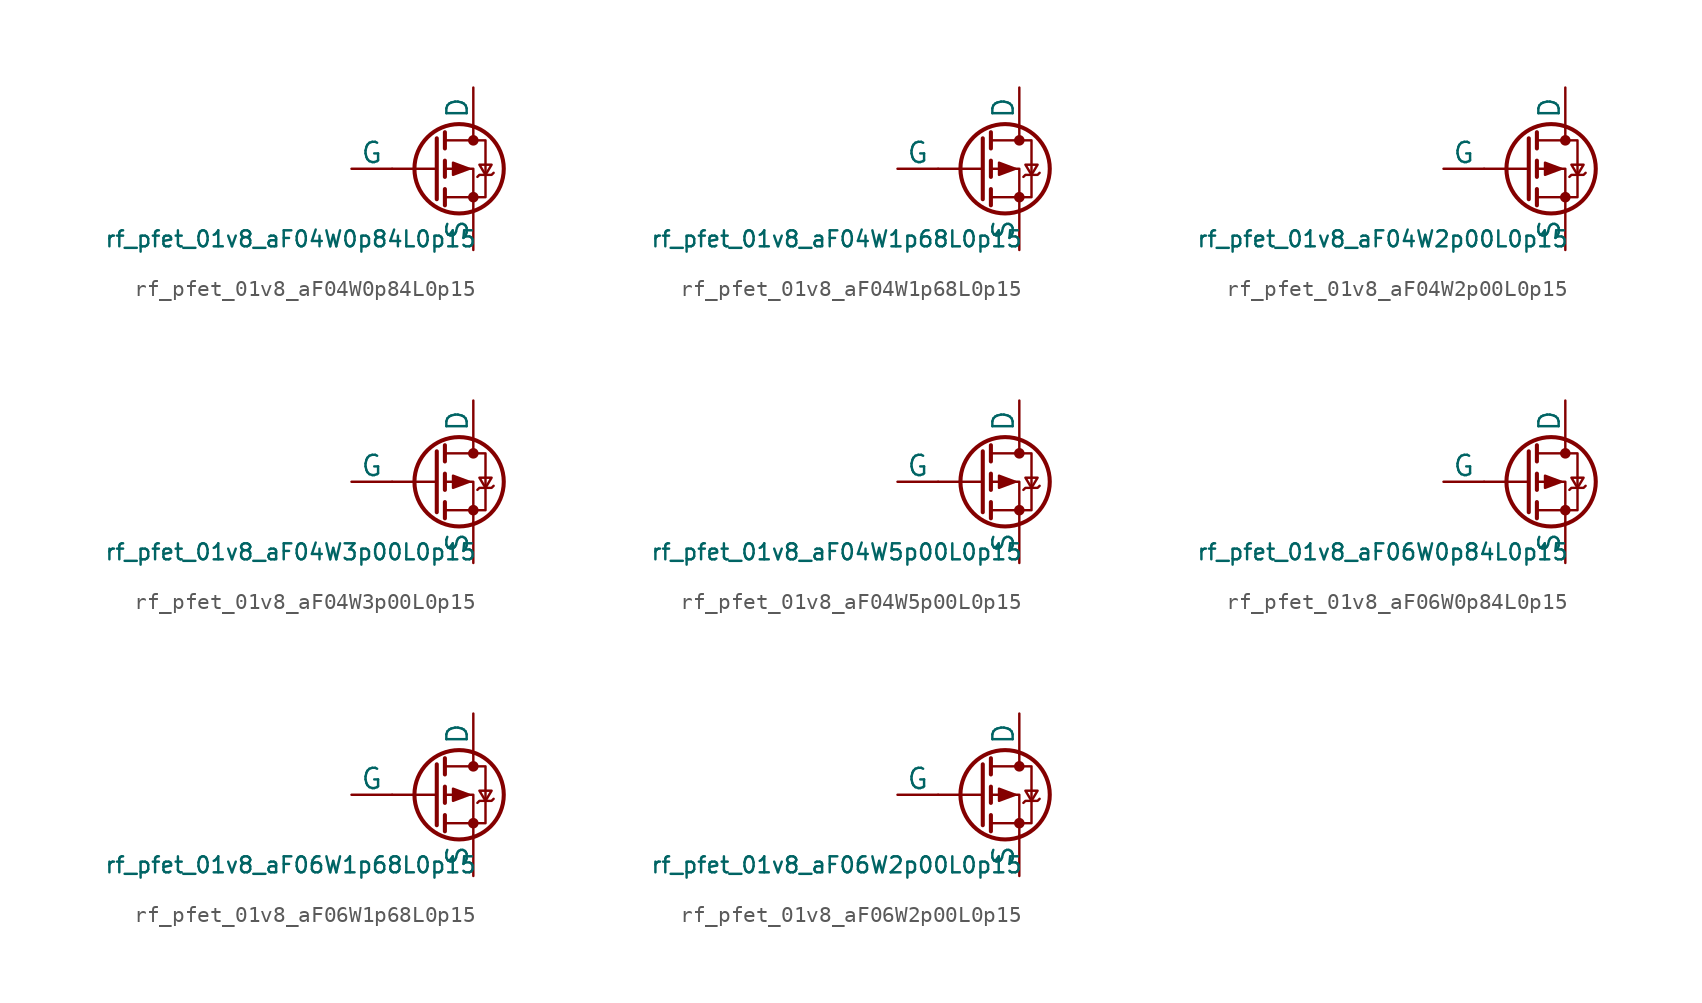
<source format=kicad_sym>
(kicad_symbol_lib
  (version 20211014)
  (generator pdk2kicad)
  (symbol "rf_pfet_01v8_aF04W0p84L0p15"
    (pin_numbers hide)
    (pin_names
      (offset 0))
    (property "Reference" "Q"
      (at 0 0 0)
      (effects (font (size 1 1)) hide))
    (property "Value" "rf_pfet_01v8_aF04W0p84L0p15"
      (at -8.89 -3.81 0)
      (effects (font (size 1 1)) (justify top)))
    (polyline
      (pts (xy 0.254 0) (xy -2.54 0))
      (stroke (width 0) (type default))
      (fill (type none)))
    (polyline
      (pts (xy 0.254 1.905) (xy 0.254 -1.905))
      (stroke (width 0.254) (type default))
      (fill (type none)))
    (polyline
      (pts (xy 0.762 -1.27) (xy 0.762 -2.286))
      (stroke (width 0.254) (type default))
      (fill (type none)))
    (polyline
      (pts (xy 0.762 0.508) (xy 0.762 -0.508))
      (stroke (width 0.254) (type default))
      (fill (type none)))
    (polyline
      (pts (xy 0.762 2.286) (xy 0.762 1.27))
      (stroke (width 0.254) (type default))
      (fill (type none)))
    (polyline
      (pts (xy 2.54 2.54) (xy 2.54 1.778))
      (stroke (width 0) (type default))
      (fill (type none)))
    (polyline
      (pts (xy 2.54 -2.54) (xy 2.54 0) (xy 0.762 0))
      (stroke (width 0) (type default))
      (fill (type none)))
    (polyline
      (pts (xy 0.762 1.778) (xy 3.302 1.778) (xy 3.302 -1.778) (xy 0.762 -1.778))
      (stroke (width 0) (type default))
      (fill (type none)))
    (polyline
      (pts (xy 2.286 0) (xy 1.27 0.381) (xy 1.27 -0.381) (xy 2.286 0))
      (stroke (width 0) (type default))
      (fill (type outline)))
    (polyline
      (pts (xy 2.794 -0.508) (xy 2.921 -0.381) (xy 3.683 -0.381) (xy 3.81 -0.254))
      (stroke (width 0) (type default))
      (fill (type none)))
    (polyline
      (pts (xy 3.302 -0.381) (xy 2.921 0.254) (xy 3.683 0.254) (xy 3.302 -0.381))
      (stroke (width 0) (type default))
      (fill (type none)))
    (circle
      (center 1.651 0)
      (radius 2.794)
      (stroke (width 0.254) (type default))
      (fill (type none)))
    (circle
      (center 2.54 -1.778)
      (radius 0.254)
      (stroke (width 0) (type default))
      (fill (type outline)))
    (circle
      (center 2.54 1.778)
      (radius 0.254)
      (stroke (width 0) (type default))
      (fill (type outline)))
    (pin passive line
      (at 2.54 5.08 270)
      (length 2.54)
      (name "D" (effects (font (size 1.27 1.27))))
      (number "1" (effects (font (size 1.27 1.27)))))
    (pin input line
      (at -5.08 0 0)
      (length 2.54)
      (name "G" (effects (font (size 1.27 1.27))))
      (number "2" (effects (font (size 1.27 1.27)))))
    (pin passive line
      (at 2.54 -5.08 90)
      (length 2.54)
      (name "S" (effects (font (size 1.27 1.27))))
      (number "3" (effects (font (size 1.27 1.27))))))
  (symbol "rf_pfet_01v8_aF04W1p68L0p15"
    (pin_numbers hide)
    (pin_names
      (offset 0))
    (property "Reference" "Q"
      (at 0 0 0)
      (effects (font (size 1 1)) hide))
    (property "Value" "rf_pfet_01v8_aF04W1p68L0p15"
      (at -8.89 -3.81 0)
      (effects (font (size 1 1)) (justify top)))
    (polyline
      (pts (xy 0.254 0) (xy -2.54 0))
      (stroke (width 0) (type default))
      (fill (type none)))
    (polyline
      (pts (xy 0.254 1.905) (xy 0.254 -1.905))
      (stroke (width 0.254) (type default))
      (fill (type none)))
    (polyline
      (pts (xy 0.762 -1.27) (xy 0.762 -2.286))
      (stroke (width 0.254) (type default))
      (fill (type none)))
    (polyline
      (pts (xy 0.762 0.508) (xy 0.762 -0.508))
      (stroke (width 0.254) (type default))
      (fill (type none)))
    (polyline
      (pts (xy 0.762 2.286) (xy 0.762 1.27))
      (stroke (width 0.254) (type default))
      (fill (type none)))
    (polyline
      (pts (xy 2.54 2.54) (xy 2.54 1.778))
      (stroke (width 0) (type default))
      (fill (type none)))
    (polyline
      (pts (xy 2.54 -2.54) (xy 2.54 0) (xy 0.762 0))
      (stroke (width 0) (type default))
      (fill (type none)))
    (polyline
      (pts (xy 0.762 1.778) (xy 3.302 1.778) (xy 3.302 -1.778) (xy 0.762 -1.778))
      (stroke (width 0) (type default))
      (fill (type none)))
    (polyline
      (pts (xy 2.286 0) (xy 1.27 0.381) (xy 1.27 -0.381) (xy 2.286 0))
      (stroke (width 0) (type default))
      (fill (type outline)))
    (polyline
      (pts (xy 2.794 -0.508) (xy 2.921 -0.381) (xy 3.683 -0.381) (xy 3.81 -0.254))
      (stroke (width 0) (type default))
      (fill (type none)))
    (polyline
      (pts (xy 3.302 -0.381) (xy 2.921 0.254) (xy 3.683 0.254) (xy 3.302 -0.381))
      (stroke (width 0) (type default))
      (fill (type none)))
    (circle
      (center 1.651 0)
      (radius 2.794)
      (stroke (width 0.254) (type default))
      (fill (type none)))
    (circle
      (center 2.54 -1.778)
      (radius 0.254)
      (stroke (width 0) (type default))
      (fill (type outline)))
    (circle
      (center 2.54 1.778)
      (radius 0.254)
      (stroke (width 0) (type default))
      (fill (type outline)))
    (pin passive line
      (at 2.54 5.08 270)
      (length 2.54)
      (name "D" (effects (font (size 1.27 1.27))))
      (number "1" (effects (font (size 1.27 1.27)))))
    (pin input line
      (at -5.08 0 0)
      (length 2.54)
      (name "G" (effects (font (size 1.27 1.27))))
      (number "2" (effects (font (size 1.27 1.27)))))
    (pin passive line
      (at 2.54 -5.08 90)
      (length 2.54)
      (name "S" (effects (font (size 1.27 1.27))))
      (number "3" (effects (font (size 1.27 1.27))))))
  (symbol "rf_pfet_01v8_aF04W2p00L0p15"
    (pin_numbers hide)
    (pin_names
      (offset 0))
    (property "Reference" "Q"
      (at 0 0 0)
      (effects (font (size 1 1)) hide))
    (property "Value" "rf_pfet_01v8_aF04W2p00L0p15"
      (at -8.89 -3.81 0)
      (effects (font (size 1 1)) (justify top)))
    (polyline
      (pts (xy 0.254 0) (xy -2.54 0))
      (stroke (width 0) (type default))
      (fill (type none)))
    (polyline
      (pts (xy 0.254 1.905) (xy 0.254 -1.905))
      (stroke (width 0.254) (type default))
      (fill (type none)))
    (polyline
      (pts (xy 0.762 -1.27) (xy 0.762 -2.286))
      (stroke (width 0.254) (type default))
      (fill (type none)))
    (polyline
      (pts (xy 0.762 0.508) (xy 0.762 -0.508))
      (stroke (width 0.254) (type default))
      (fill (type none)))
    (polyline
      (pts (xy 0.762 2.286) (xy 0.762 1.27))
      (stroke (width 0.254) (type default))
      (fill (type none)))
    (polyline
      (pts (xy 2.54 2.54) (xy 2.54 1.778))
      (stroke (width 0) (type default))
      (fill (type none)))
    (polyline
      (pts (xy 2.54 -2.54) (xy 2.54 0) (xy 0.762 0))
      (stroke (width 0) (type default))
      (fill (type none)))
    (polyline
      (pts (xy 0.762 1.778) (xy 3.302 1.778) (xy 3.302 -1.778) (xy 0.762 -1.778))
      (stroke (width 0) (type default))
      (fill (type none)))
    (polyline
      (pts (xy 2.286 0) (xy 1.27 0.381) (xy 1.27 -0.381) (xy 2.286 0))
      (stroke (width 0) (type default))
      (fill (type outline)))
    (polyline
      (pts (xy 2.794 -0.508) (xy 2.921 -0.381) (xy 3.683 -0.381) (xy 3.81 -0.254))
      (stroke (width 0) (type default))
      (fill (type none)))
    (polyline
      (pts (xy 3.302 -0.381) (xy 2.921 0.254) (xy 3.683 0.254) (xy 3.302 -0.381))
      (stroke (width 0) (type default))
      (fill (type none)))
    (circle
      (center 1.651 0)
      (radius 2.794)
      (stroke (width 0.254) (type default))
      (fill (type none)))
    (circle
      (center 2.54 -1.778)
      (radius 0.254)
      (stroke (width 0) (type default))
      (fill (type outline)))
    (circle
      (center 2.54 1.778)
      (radius 0.254)
      (stroke (width 0) (type default))
      (fill (type outline)))
    (pin passive line
      (at 2.54 5.08 270)
      (length 2.54)
      (name "D" (effects (font (size 1.27 1.27))))
      (number "1" (effects (font (size 1.27 1.27)))))
    (pin input line
      (at -5.08 0 0)
      (length 2.54)
      (name "G" (effects (font (size 1.27 1.27))))
      (number "2" (effects (font (size 1.27 1.27)))))
    (pin passive line
      (at 2.54 -5.08 90)
      (length 2.54)
      (name "S" (effects (font (size 1.27 1.27))))
      (number "3" (effects (font (size 1.27 1.27))))))
  (symbol "rf_pfet_01v8_aF04W3p00L0p15"
    (pin_numbers hide)
    (pin_names
      (offset 0))
    (property "Reference" "Q"
      (at 0 0 0)
      (effects (font (size 1 1)) hide))
    (property "Value" "rf_pfet_01v8_aF04W3p00L0p15"
      (at -8.89 -3.81 0)
      (effects (font (size 1 1)) (justify top)))
    (polyline
      (pts (xy 0.254 0) (xy -2.54 0))
      (stroke (width 0) (type default))
      (fill (type none)))
    (polyline
      (pts (xy 0.254 1.905) (xy 0.254 -1.905))
      (stroke (width 0.254) (type default))
      (fill (type none)))
    (polyline
      (pts (xy 0.762 -1.27) (xy 0.762 -2.286))
      (stroke (width 0.254) (type default))
      (fill (type none)))
    (polyline
      (pts (xy 0.762 0.508) (xy 0.762 -0.508))
      (stroke (width 0.254) (type default))
      (fill (type none)))
    (polyline
      (pts (xy 0.762 2.286) (xy 0.762 1.27))
      (stroke (width 0.254) (type default))
      (fill (type none)))
    (polyline
      (pts (xy 2.54 2.54) (xy 2.54 1.778))
      (stroke (width 0) (type default))
      (fill (type none)))
    (polyline
      (pts (xy 2.54 -2.54) (xy 2.54 0) (xy 0.762 0))
      (stroke (width 0) (type default))
      (fill (type none)))
    (polyline
      (pts (xy 0.762 1.778) (xy 3.302 1.778) (xy 3.302 -1.778) (xy 0.762 -1.778))
      (stroke (width 0) (type default))
      (fill (type none)))
    (polyline
      (pts (xy 2.286 0) (xy 1.27 0.381) (xy 1.27 -0.381) (xy 2.286 0))
      (stroke (width 0) (type default))
      (fill (type outline)))
    (polyline
      (pts (xy 2.794 -0.508) (xy 2.921 -0.381) (xy 3.683 -0.381) (xy 3.81 -0.254))
      (stroke (width 0) (type default))
      (fill (type none)))
    (polyline
      (pts (xy 3.302 -0.381) (xy 2.921 0.254) (xy 3.683 0.254) (xy 3.302 -0.381))
      (stroke (width 0) (type default))
      (fill (type none)))
    (circle
      (center 1.651 0)
      (radius 2.794)
      (stroke (width 0.254) (type default))
      (fill (type none)))
    (circle
      (center 2.54 -1.778)
      (radius 0.254)
      (stroke (width 0) (type default))
      (fill (type outline)))
    (circle
      (center 2.54 1.778)
      (radius 0.254)
      (stroke (width 0) (type default))
      (fill (type outline)))
    (pin passive line
      (at 2.54 5.08 270)
      (length 2.54)
      (name "D" (effects (font (size 1.27 1.27))))
      (number "1" (effects (font (size 1.27 1.27)))))
    (pin input line
      (at -5.08 0 0)
      (length 2.54)
      (name "G" (effects (font (size 1.27 1.27))))
      (number "2" (effects (font (size 1.27 1.27)))))
    (pin passive line
      (at 2.54 -5.08 90)
      (length 2.54)
      (name "S" (effects (font (size 1.27 1.27))))
      (number "3" (effects (font (size 1.27 1.27))))))
  (symbol "rf_pfet_01v8_aF04W5p00L0p15"
    (pin_numbers hide)
    (pin_names
      (offset 0))
    (property "Reference" "Q"
      (at 0 0 0)
      (effects (font (size 1 1)) hide))
    (property "Value" "rf_pfet_01v8_aF04W5p00L0p15"
      (at -8.89 -3.81 0)
      (effects (font (size 1 1)) (justify top)))
    (polyline
      (pts (xy 0.254 0) (xy -2.54 0))
      (stroke (width 0) (type default))
      (fill (type none)))
    (polyline
      (pts (xy 0.254 1.905) (xy 0.254 -1.905))
      (stroke (width 0.254) (type default))
      (fill (type none)))
    (polyline
      (pts (xy 0.762 -1.27) (xy 0.762 -2.286))
      (stroke (width 0.254) (type default))
      (fill (type none)))
    (polyline
      (pts (xy 0.762 0.508) (xy 0.762 -0.508))
      (stroke (width 0.254) (type default))
      (fill (type none)))
    (polyline
      (pts (xy 0.762 2.286) (xy 0.762 1.27))
      (stroke (width 0.254) (type default))
      (fill (type none)))
    (polyline
      (pts (xy 2.54 2.54) (xy 2.54 1.778))
      (stroke (width 0) (type default))
      (fill (type none)))
    (polyline
      (pts (xy 2.54 -2.54) (xy 2.54 0) (xy 0.762 0))
      (stroke (width 0) (type default))
      (fill (type none)))
    (polyline
      (pts (xy 0.762 1.778) (xy 3.302 1.778) (xy 3.302 -1.778) (xy 0.762 -1.778))
      (stroke (width 0) (type default))
      (fill (type none)))
    (polyline
      (pts (xy 2.286 0) (xy 1.27 0.381) (xy 1.27 -0.381) (xy 2.286 0))
      (stroke (width 0) (type default))
      (fill (type outline)))
    (polyline
      (pts (xy 2.794 -0.508) (xy 2.921 -0.381) (xy 3.683 -0.381) (xy 3.81 -0.254))
      (stroke (width 0) (type default))
      (fill (type none)))
    (polyline
      (pts (xy 3.302 -0.381) (xy 2.921 0.254) (xy 3.683 0.254) (xy 3.302 -0.381))
      (stroke (width 0) (type default))
      (fill (type none)))
    (circle
      (center 1.651 0)
      (radius 2.794)
      (stroke (width 0.254) (type default))
      (fill (type none)))
    (circle
      (center 2.54 -1.778)
      (radius 0.254)
      (stroke (width 0) (type default))
      (fill (type outline)))
    (circle
      (center 2.54 1.778)
      (radius 0.254)
      (stroke (width 0) (type default))
      (fill (type outline)))
    (pin passive line
      (at 2.54 5.08 270)
      (length 2.54)
      (name "D" (effects (font (size 1.27 1.27))))
      (number "1" (effects (font (size 1.27 1.27)))))
    (pin input line
      (at -5.08 0 0)
      (length 2.54)
      (name "G" (effects (font (size 1.27 1.27))))
      (number "2" (effects (font (size 1.27 1.27)))))
    (pin passive line
      (at 2.54 -5.08 90)
      (length 2.54)
      (name "S" (effects (font (size 1.27 1.27))))
      (number "3" (effects (font (size 1.27 1.27))))))
  (symbol "rf_pfet_01v8_aF06W0p84L0p15"
    (pin_numbers hide)
    (pin_names
      (offset 0))
    (property "Reference" "Q"
      (at 0 0 0)
      (effects (font (size 1 1)) hide))
    (property "Value" "rf_pfet_01v8_aF06W0p84L0p15"
      (at -8.89 -3.81 0)
      (effects (font (size 1 1)) (justify top)))
    (polyline
      (pts (xy 0.254 0) (xy -2.54 0))
      (stroke (width 0) (type default))
      (fill (type none)))
    (polyline
      (pts (xy 0.254 1.905) (xy 0.254 -1.905))
      (stroke (width 0.254) (type default))
      (fill (type none)))
    (polyline
      (pts (xy 0.762 -1.27) (xy 0.762 -2.286))
      (stroke (width 0.254) (type default))
      (fill (type none)))
    (polyline
      (pts (xy 0.762 0.508) (xy 0.762 -0.508))
      (stroke (width 0.254) (type default))
      (fill (type none)))
    (polyline
      (pts (xy 0.762 2.286) (xy 0.762 1.27))
      (stroke (width 0.254) (type default))
      (fill (type none)))
    (polyline
      (pts (xy 2.54 2.54) (xy 2.54 1.778))
      (stroke (width 0) (type default))
      (fill (type none)))
    (polyline
      (pts (xy 2.54 -2.54) (xy 2.54 0) (xy 0.762 0))
      (stroke (width 0) (type default))
      (fill (type none)))
    (polyline
      (pts (xy 0.762 1.778) (xy 3.302 1.778) (xy 3.302 -1.778) (xy 0.762 -1.778))
      (stroke (width 0) (type default))
      (fill (type none)))
    (polyline
      (pts (xy 2.286 0) (xy 1.27 0.381) (xy 1.27 -0.381) (xy 2.286 0))
      (stroke (width 0) (type default))
      (fill (type outline)))
    (polyline
      (pts (xy 2.794 -0.508) (xy 2.921 -0.381) (xy 3.683 -0.381) (xy 3.81 -0.254))
      (stroke (width 0) (type default))
      (fill (type none)))
    (polyline
      (pts (xy 3.302 -0.381) (xy 2.921 0.254) (xy 3.683 0.254) (xy 3.302 -0.381))
      (stroke (width 0) (type default))
      (fill (type none)))
    (circle
      (center 1.651 0)
      (radius 2.794)
      (stroke (width 0.254) (type default))
      (fill (type none)))
    (circle
      (center 2.54 -1.778)
      (radius 0.254)
      (stroke (width 0) (type default))
      (fill (type outline)))
    (circle
      (center 2.54 1.778)
      (radius 0.254)
      (stroke (width 0) (type default))
      (fill (type outline)))
    (pin passive line
      (at 2.54 5.08 270)
      (length 2.54)
      (name "D" (effects (font (size 1.27 1.27))))
      (number "1" (effects (font (size 1.27 1.27)))))
    (pin input line
      (at -5.08 0 0)
      (length 2.54)
      (name "G" (effects (font (size 1.27 1.27))))
      (number "2" (effects (font (size 1.27 1.27)))))
    (pin passive line
      (at 2.54 -5.08 90)
      (length 2.54)
      (name "S" (effects (font (size 1.27 1.27))))
      (number "3" (effects (font (size 1.27 1.27))))))
  (symbol "rf_pfet_01v8_aF06W1p68L0p15"
    (pin_numbers hide)
    (pin_names
      (offset 0))
    (property "Reference" "Q"
      (at 0 0 0)
      (effects (font (size 1 1)) hide))
    (property "Value" "rf_pfet_01v8_aF06W1p68L0p15"
      (at -8.89 -3.81 0)
      (effects (font (size 1 1)) (justify top)))
    (polyline
      (pts (xy 0.254 0) (xy -2.54 0))
      (stroke (width 0) (type default))
      (fill (type none)))
    (polyline
      (pts (xy 0.254 1.905) (xy 0.254 -1.905))
      (stroke (width 0.254) (type default))
      (fill (type none)))
    (polyline
      (pts (xy 0.762 -1.27) (xy 0.762 -2.286))
      (stroke (width 0.254) (type default))
      (fill (type none)))
    (polyline
      (pts (xy 0.762 0.508) (xy 0.762 -0.508))
      (stroke (width 0.254) (type default))
      (fill (type none)))
    (polyline
      (pts (xy 0.762 2.286) (xy 0.762 1.27))
      (stroke (width 0.254) (type default))
      (fill (type none)))
    (polyline
      (pts (xy 2.54 2.54) (xy 2.54 1.778))
      (stroke (width 0) (type default))
      (fill (type none)))
    (polyline
      (pts (xy 2.54 -2.54) (xy 2.54 0) (xy 0.762 0))
      (stroke (width 0) (type default))
      (fill (type none)))
    (polyline
      (pts (xy 0.762 1.778) (xy 3.302 1.778) (xy 3.302 -1.778) (xy 0.762 -1.778))
      (stroke (width 0) (type default))
      (fill (type none)))
    (polyline
      (pts (xy 2.286 0) (xy 1.27 0.381) (xy 1.27 -0.381) (xy 2.286 0))
      (stroke (width 0) (type default))
      (fill (type outline)))
    (polyline
      (pts (xy 2.794 -0.508) (xy 2.921 -0.381) (xy 3.683 -0.381) (xy 3.81 -0.254))
      (stroke (width 0) (type default))
      (fill (type none)))
    (polyline
      (pts (xy 3.302 -0.381) (xy 2.921 0.254) (xy 3.683 0.254) (xy 3.302 -0.381))
      (stroke (width 0) (type default))
      (fill (type none)))
    (circle
      (center 1.651 0)
      (radius 2.794)
      (stroke (width 0.254) (type default))
      (fill (type none)))
    (circle
      (center 2.54 -1.778)
      (radius 0.254)
      (stroke (width 0) (type default))
      (fill (type outline)))
    (circle
      (center 2.54 1.778)
      (radius 0.254)
      (stroke (width 0) (type default))
      (fill (type outline)))
    (pin passive line
      (at 2.54 5.08 270)
      (length 2.54)
      (name "D" (effects (font (size 1.27 1.27))))
      (number "1" (effects (font (size 1.27 1.27)))))
    (pin input line
      (at -5.08 0 0)
      (length 2.54)
      (name "G" (effects (font (size 1.27 1.27))))
      (number "2" (effects (font (size 1.27 1.27)))))
    (pin passive line
      (at 2.54 -5.08 90)
      (length 2.54)
      (name "S" (effects (font (size 1.27 1.27))))
      (number "3" (effects (font (size 1.27 1.27))))))
  (symbol "rf_pfet_01v8_aF06W2p00L0p15"
    (pin_numbers hide)
    (pin_names
      (offset 0))
    (property "Reference" "Q"
      (at 0 0 0)
      (effects (font (size 1 1)) hide))
    (property "Value" "rf_pfet_01v8_aF06W2p00L0p15"
      (at -8.89 -3.81 0)
      (effects (font (size 1 1)) (justify top)))
    (polyline
      (pts (xy 0.254 0) (xy -2.54 0))
      (stroke (width 0) (type default))
      (fill (type none)))
    (polyline
      (pts (xy 0.254 1.905) (xy 0.254 -1.905))
      (stroke (width 0.254) (type default))
      (fill (type none)))
    (polyline
      (pts (xy 0.762 -1.27) (xy 0.762 -2.286))
      (stroke (width 0.254) (type default))
      (fill (type none)))
    (polyline
      (pts (xy 0.762 0.508) (xy 0.762 -0.508))
      (stroke (width 0.254) (type default))
      (fill (type none)))
    (polyline
      (pts (xy 0.762 2.286) (xy 0.762 1.27))
      (stroke (width 0.254) (type default))
      (fill (type none)))
    (polyline
      (pts (xy 2.54 2.54) (xy 2.54 1.778))
      (stroke (width 0) (type default))
      (fill (type none)))
    (polyline
      (pts (xy 2.54 -2.54) (xy 2.54 0) (xy 0.762 0))
      (stroke (width 0) (type default))
      (fill (type none)))
    (polyline
      (pts (xy 0.762 1.778) (xy 3.302 1.778) (xy 3.302 -1.778) (xy 0.762 -1.778))
      (stroke (width 0) (type default))
      (fill (type none)))
    (polyline
      (pts (xy 2.286 0) (xy 1.27 0.381) (xy 1.27 -0.381) (xy 2.286 0))
      (stroke (width 0) (type default))
      (fill (type outline)))
    (polyline
      (pts (xy 2.794 -0.508) (xy 2.921 -0.381) (xy 3.683 -0.381) (xy 3.81 -0.254))
      (stroke (width 0) (type default))
      (fill (type none)))
    (polyline
      (pts (xy 3.302 -0.381) (xy 2.921 0.254) (xy 3.683 0.254) (xy 3.302 -0.381))
      (stroke (width 0) (type default))
      (fill (type none)))
    (circle
      (center 1.651 0)
      (radius 2.794)
      (stroke (width 0.254) (type default))
      (fill (type none)))
    (circle
      (center 2.54 -1.778)
      (radius 0.254)
      (stroke (width 0) (type default))
      (fill (type outline)))
    (circle
      (center 2.54 1.778)
      (radius 0.254)
      (stroke (width 0) (type default))
      (fill (type outline)))
    (pin passive line
      (at 2.54 5.08 270)
      (length 2.54)
      (name "D" (effects (font (size 1.27 1.27))))
      (number "1" (effects (font (size 1.27 1.27)))))
    (pin input line
      (at -5.08 0 0)
      (length 2.54)
      (name "G" (effects (font (size 1.27 1.27))))
      (number "2" (effects (font (size 1.27 1.27)))))
    (pin passive line
      (at 2.54 -5.08 90)
      (length 2.54)
      (name "S" (effects (font (size 1.27 1.27))))
      (number "3" (effects (font (size 1.27 1.27)))))))
</source>
